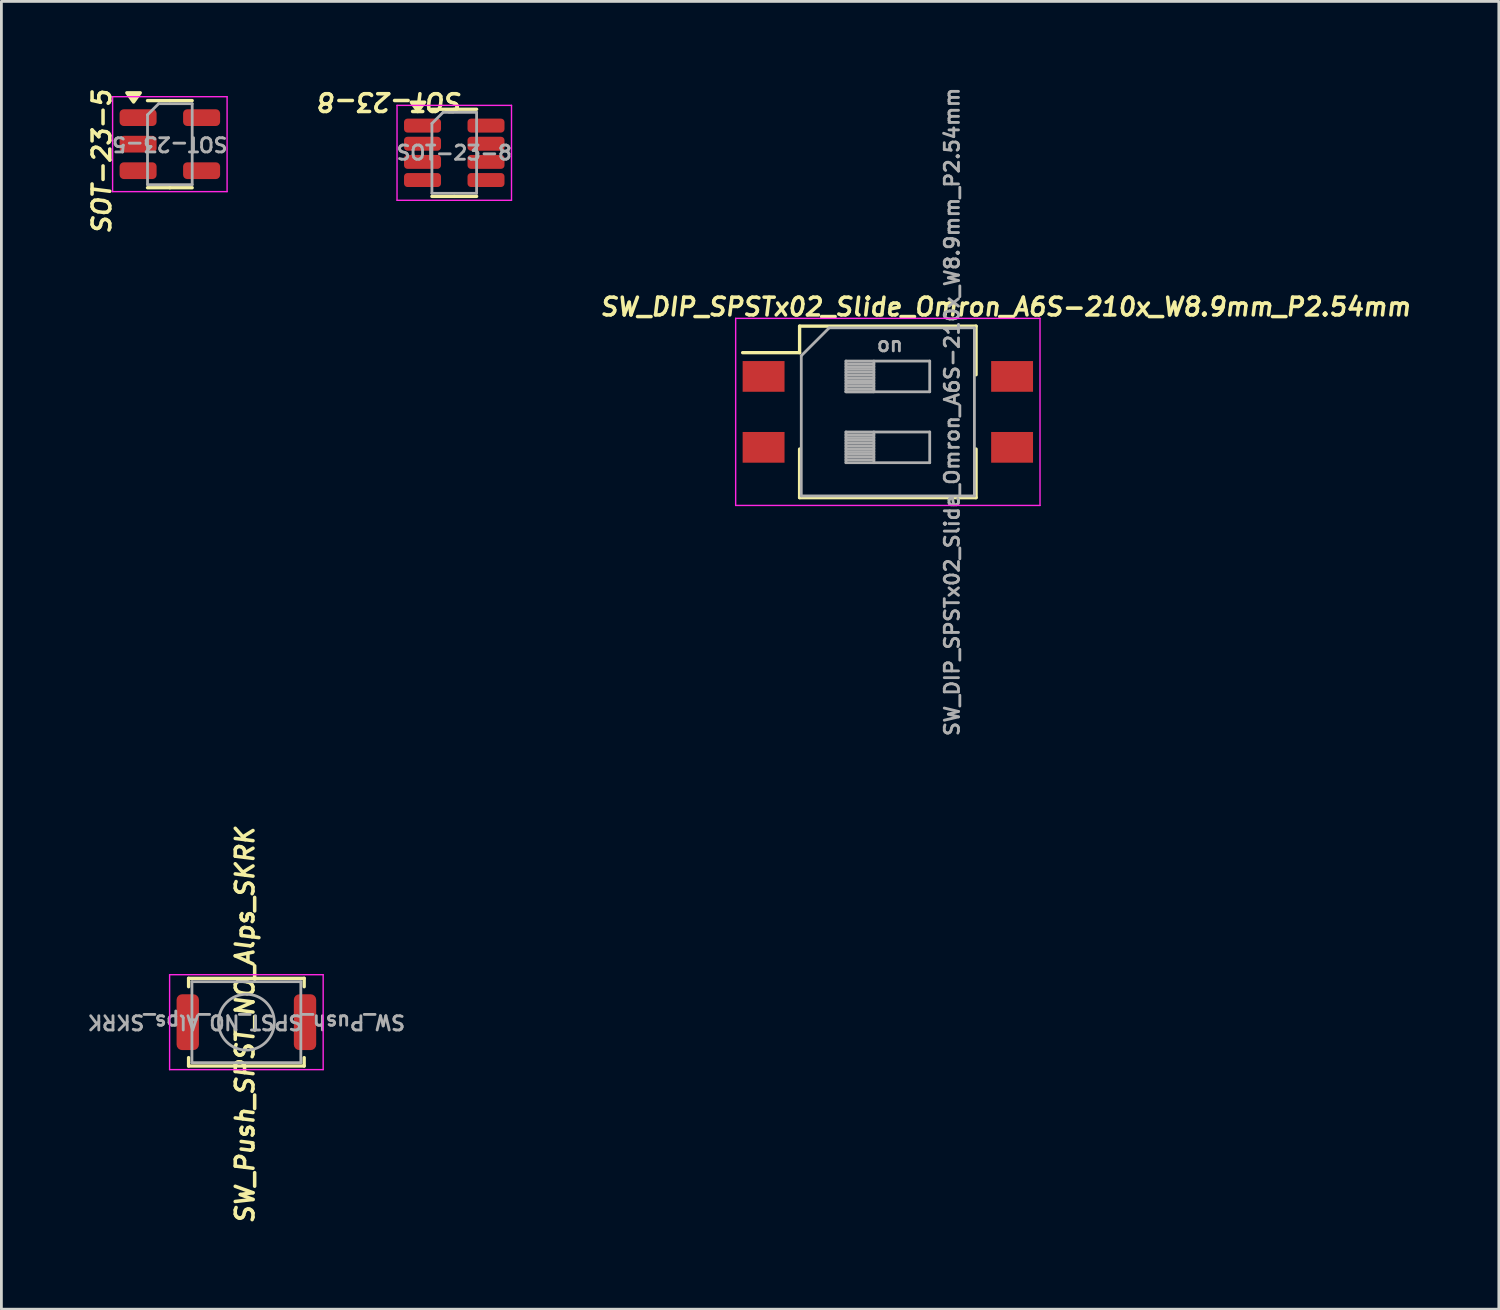
<source format=kicad_pcb>
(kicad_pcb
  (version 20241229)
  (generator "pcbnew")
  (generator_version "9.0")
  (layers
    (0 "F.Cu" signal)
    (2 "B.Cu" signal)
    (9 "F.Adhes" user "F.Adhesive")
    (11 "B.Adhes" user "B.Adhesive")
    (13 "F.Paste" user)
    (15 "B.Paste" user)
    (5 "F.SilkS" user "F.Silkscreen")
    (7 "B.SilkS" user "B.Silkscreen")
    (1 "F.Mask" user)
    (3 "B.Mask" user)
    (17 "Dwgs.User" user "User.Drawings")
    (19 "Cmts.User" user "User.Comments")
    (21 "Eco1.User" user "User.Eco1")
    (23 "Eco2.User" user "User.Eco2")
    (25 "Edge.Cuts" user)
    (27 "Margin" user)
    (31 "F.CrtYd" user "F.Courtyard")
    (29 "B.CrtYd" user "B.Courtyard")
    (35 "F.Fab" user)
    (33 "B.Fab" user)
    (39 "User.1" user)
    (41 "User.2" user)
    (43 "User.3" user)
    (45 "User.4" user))
  (footprint "SW_Push_SPST_NO_Alps_SKRK"
    (layer "F.Cu")
    (at 5.774 33.558)
    (property "Reference" "SW_Push_SPST_NO_Alps_SKRK" (at -0.051 0.102 90) (unlocked yes) (layer "F.SilkS") (effects (font (size 0.635 0.635) (thickness 0.127) (italic yes))))
    (attr smd)
    (fp_line (start -2.07 -1.57) (end 2.07 -1.57) (stroke (width 0.12) (type solid)) (layer "F.SilkS"))
    (fp_line (start -2.07 -1.27) (end -2.07 -1.57) (stroke (width 0.12) (type solid)) (layer "F.SilkS"))
    (fp_line (start -2.07 1.57) (end -2.07 1.27) (stroke (width 0.12) (type solid)) (layer "F.SilkS"))
    (fp_line (start 2.07 -1.57) (end 2.07 -1.27) (stroke (width 0.12) (type solid)) (layer "F.SilkS"))
    (fp_line (start 2.07 1.27) (end 2.07 1.57) (stroke (width 0.12) (type solid)) (layer "F.SilkS"))
    (fp_line (start 2.07 1.57) (end -2.07 1.57) (stroke (width 0.12) (type solid)) (layer "F.SilkS"))
    (fp_line (start -2.75 -1.7) (end 2.75 -1.7) (stroke (width 0.05) (type solid)) (layer "F.CrtYd"))
    (fp_line (start -2.75 1.7) (end -2.75 -1.7) (stroke (width 0.05) (type solid)) (layer "F.CrtYd"))
    (fp_line (start 2.75 -1.7) (end 2.75 1.7) (stroke (width 0.05) (type solid)) (layer "F.CrtYd"))
    (fp_line (start 2.75 1.7) (end -2.75 1.7) (stroke (width 0.05) (type solid)) (layer "F.CrtYd"))
    (fp_line (start -1.95 -1.45) (end 1.95 -1.45) (stroke (width 0.1) (type solid)) (layer "F.Fab"))
    (fp_line (start -1.95 1.45) (end -1.95 -1.45) (stroke (width 0.1) (type solid)) (layer "F.Fab"))
    (fp_line (start 1.95 -1.45) (end 1.95 1.45) (stroke (width 0.1) (type solid)) (layer "F.Fab"))
    (fp_line (start 1.95 1.45) (end -1.95 1.45) (stroke (width 0.1) (type solid)) (layer "F.Fab"))
    (fp_circle (center 0 0) (end 1 0) (stroke (width 0.1) (type solid)) (fill no) (layer "F.Fab"))
    (fp_text user "${REFERENCE}" (at 0 0 180) (unlocked yes) (layer "F.Fab") (effects (font (size 0.508 0.508) (thickness 0.102))))
    (pad "1" smd roundrect (at -2.1 0) (size 0.8 2) (layers "F.Cu" "F.Mask" "F.Paste") (roundrect_rratio 0.25))
    (pad "2" smd roundrect (at 2.1 0) (size 0.8 2) (layers "F.Cu" "F.Mask" "F.Paste") (roundrect_rratio 0.25)))
  (footprint "SOT-23-5"
    (layer "F.Cu")
    (at 3.033 2.113)
    (property "Reference" "SOT-23-5" (at -2.438 0.624 90) (unlocked yes) (layer "F.SilkS") (effects (font (size 0.635 0.635) (thickness 0.127) (italic yes))))
    (attr smd)
    (fp_line (start 0 -1.56) (end -0.8 -1.56) (stroke (width 0.12) (type solid)) (layer "F.SilkS"))
    (fp_line (start 0 -1.56) (end 0.8 -1.56) (stroke (width 0.12) (type solid)) (layer "F.SilkS"))
    (fp_line (start 0 1.56) (end -0.8 1.56) (stroke (width 0.12) (type solid)) (layer "F.SilkS"))
    (fp_line (start 0 1.56) (end 0.8 1.56) (stroke (width 0.12) (type solid)) (layer "F.SilkS"))
    (fp_poly (pts (xy -1.3 -1.51) (xy -1.54 -1.84) (xy -1.06 -1.84) (xy -1.3 -1.51)) (stroke (width 0.12) (type solid)) (fill yes) (layer "F.SilkS"))
    (fp_line (start -2.05 -1.7) (end -2.05 1.7) (stroke (width 0.05) (type solid)) (layer "F.CrtYd"))
    (fp_line (start -2.05 1.7) (end 2.05 1.7) (stroke (width 0.05) (type solid)) (layer "F.CrtYd"))
    (fp_line (start 2.05 -1.7) (end -2.05 -1.7) (stroke (width 0.05) (type solid)) (layer "F.CrtYd"))
    (fp_line (start 2.05 1.7) (end 2.05 -1.7) (stroke (width 0.05) (type solid)) (layer "F.CrtYd"))
    (fp_line (start -0.8 -1.05) (end -0.4 -1.45) (stroke (width 0.1) (type solid)) (layer "F.Fab"))
    (fp_line (start -0.8 1.45) (end -0.8 -1.05) (stroke (width 0.1) (type solid)) (layer "F.Fab"))
    (fp_line (start -0.4 -1.45) (end 0.8 -1.45) (stroke (width 0.1) (type solid)) (layer "F.Fab"))
    (fp_line (start 0.8 -1.45) (end 0.8 1.45) (stroke (width 0.1) (type solid)) (layer "F.Fab"))
    (fp_line (start 0.8 1.45) (end -0.8 1.45) (stroke (width 0.1) (type solid)) (layer "F.Fab"))
    (fp_text user "${REFERENCE}" (at 0 0 180) (unlocked yes) (layer "F.Fab") (effects (font (size 0.508 0.508) (thickness 0.102))))
    (pad "1" smd roundrect (at -1.137 -0.95) (size 1.325 0.6) (layers "F.Cu" "F.Mask" "F.Paste") (roundrect_rratio 0.25))
    (pad "2" smd roundrect (at -1.137 0) (size 1.325 0.6) (layers "F.Cu" "F.Mask" "F.Paste") (roundrect_rratio 0.25))
    (pad "3" smd roundrect (at -1.137 0.95) (size 1.325 0.6) (layers "F.Cu" "F.Mask" "F.Paste") (roundrect_rratio 0.25))
    (pad "4" smd roundrect (at 1.137 0.95) (size 1.325 0.6) (layers "F.Cu" "F.Mask" "F.Paste") (roundrect_rratio 0.25))
    (pad "5" smd roundrect (at 1.137 -0.95) (size 1.325 0.6) (layers "F.Cu" "F.Mask" "F.Paste") (roundrect_rratio 0.25)))
  (footprint "SW_DIP_SPSTx02_Slide_Omron_A6S-210x_W8.9mm_P2.54mm"
    (layer "F.Cu")
    (at 28.747 11.701)
    (property "Reference" "SW_DIP_SPSTx02_Slide_Omron_A6S-210x_W8.9mm_P2.54mm" (at 4.216 -3.761 0) (unlocked yes) (layer "F.SilkS") (effects (font (size 0.635 0.635) (thickness 0.127) (italic yes))))
    (attr smd)
    (fp_line (start -5.2 -2.121) (end -3.16 -2.121) (stroke (width 0.12) (type solid)) (layer "F.SilkS"))
    (fp_line (start -3.16 -3.07) (end -3.16 -2.121) (stroke (width 0.12) (type solid)) (layer "F.SilkS"))
    (fp_line (start -3.16 -3.07) (end 3.16 -3.07) (stroke (width 0.12) (type solid)) (layer "F.SilkS"))
    (fp_line (start -3.16 1.331) (end -3.16 3.071) (stroke (width 0.12) (type solid)) (layer "F.SilkS"))
    (fp_line (start -3.16 3.071) (end 3.16 3.071) (stroke (width 0.12) (type solid)) (layer "F.SilkS"))
    (fp_line (start 3.16 -3.07) (end 3.16 -1.331) (stroke (width 0.12) (type solid)) (layer "F.SilkS"))
    (fp_line (start 3.16 1.331) (end 3.16 3.071) (stroke (width 0.12) (type solid)) (layer "F.SilkS"))
    (fp_line (start -5.45 -3.35) (end -5.45 3.35) (stroke (width 0.05) (type solid)) (layer "F.CrtYd"))
    (fp_line (start -5.45 3.35) (end 5.45 3.35) (stroke (width 0.05) (type solid)) (layer "F.CrtYd"))
    (fp_line (start 5.45 -3.35) (end -5.45 -3.35) (stroke (width 0.05) (type solid)) (layer "F.CrtYd"))
    (fp_line (start 5.45 3.35) (end 5.45 -3.35) (stroke (width 0.05) (type solid)) (layer "F.CrtYd"))
    (fp_line (start -3.1 -2.01) (end -2.1 -3.01) (stroke (width 0.1) (type solid)) (layer "F.Fab"))
    (fp_line (start -3.1 3.01) (end -3.1 -2.01) (stroke (width 0.1) (type solid)) (layer "F.Fab"))
    (fp_line (start -2.1 -3.01) (end 3.1 -3.01) (stroke (width 0.1) (type solid)) (layer "F.Fab"))
    (fp_line (start -1.5 -1.82) (end -1.5 -0.72) (stroke (width 0.1) (type solid)) (layer "F.Fab"))
    (fp_line (start -1.5 -1.72) (end -0.5 -1.72) (stroke (width 0.1) (type solid)) (layer "F.Fab"))
    (fp_line (start -1.5 -1.62) (end -0.5 -1.62) (stroke (width 0.1) (type solid)) (layer "F.Fab"))
    (fp_line (start -1.5 -1.52) (end -0.5 -1.52) (stroke (width 0.1) (type solid)) (layer "F.Fab"))
    (fp_line (start -1.5 -1.42) (end -0.5 -1.42) (stroke (width 0.1) (type solid)) (layer "F.Fab"))
    (fp_line (start -1.5 -1.32) (end -0.5 -1.32) (stroke (width 0.1) (type solid)) (layer "F.Fab"))
    (fp_line (start -1.5 -1.22) (end -0.5 -1.22) (stroke (width 0.1) (type solid)) (layer "F.Fab"))
    (fp_line (start -1.5 -1.12) (end -0.5 -1.12) (stroke (width 0.1) (type solid)) (layer "F.Fab"))
    (fp_line (start -1.5 -1.02) (end -0.5 -1.02) (stroke (width 0.1) (type solid)) (layer "F.Fab"))
    (fp_line (start -1.5 -0.92) (end -0.5 -0.92) (stroke (width 0.1) (type solid)) (layer "F.Fab"))
    (fp_line (start -1.5 -0.82) (end -0.5 -0.82) (stroke (width 0.1) (type solid)) (layer "F.Fab"))
    (fp_line (start -1.5 -0.72) (end -0.5 -0.72) (stroke (width 0.1) (type solid)) (layer "F.Fab"))
    (fp_line (start -1.5 -0.72) (end 1.5 -0.72) (stroke (width 0.1) (type solid)) (layer "F.Fab"))
    (fp_line (start -1.5 0.72) (end -1.5 1.82) (stroke (width 0.1) (type solid)) (layer "F.Fab"))
    (fp_line (start -1.5 0.82) (end -0.5 0.82) (stroke (width 0.1) (type solid)) (layer "F.Fab"))
    (fp_line (start -1.5 0.92) (end -0.5 0.92) (stroke (width 0.1) (type solid)) (layer "F.Fab"))
    (fp_line (start -1.5 1.02) (end -0.5 1.02) (stroke (width 0.1) (type solid)) (layer "F.Fab"))
    (fp_line (start -1.5 1.12) (end -0.5 1.12) (stroke (width 0.1) (type solid)) (layer "F.Fab"))
    (fp_line (start -1.5 1.22) (end -0.5 1.22) (stroke (width 0.1) (type solid)) (layer "F.Fab"))
    (fp_line (start -1.5 1.32) (end -0.5 1.32) (stroke (width 0.1) (type solid)) (layer "F.Fab"))
    (fp_line (start -1.5 1.42) (end -0.5 1.42) (stroke (width 0.1) (type solid)) (layer "F.Fab"))
    (fp_line (start -1.5 1.52) (end -0.5 1.52) (stroke (width 0.1) (type solid)) (layer "F.Fab"))
    (fp_line (start -1.5 1.62) (end -0.5 1.62) (stroke (width 0.1) (type solid)) (layer "F.Fab"))
    (fp_line (start -1.5 1.72) (end -0.5 1.72) (stroke (width 0.1) (type solid)) (layer "F.Fab"))
    (fp_line (start -1.5 1.82) (end 1.5 1.82) (stroke (width 0.1) (type solid)) (layer "F.Fab"))
    (fp_line (start -0.5 -1.82) (end -0.5 -0.72) (stroke (width 0.1) (type solid)) (layer "F.Fab"))
    (fp_line (start -0.5 0.72) (end -0.5 1.82) (stroke (width 0.1) (type solid)) (layer "F.Fab"))
    (fp_line (start 1.5 -1.82) (end -1.5 -1.82) (stroke (width 0.1) (type solid)) (layer "F.Fab"))
    (fp_line (start 1.5 -0.72) (end 1.5 -1.82) (stroke (width 0.1) (type solid)) (layer "F.Fab"))
    (fp_line (start 1.5 0.72) (end -1.5 0.72) (stroke (width 0.1) (type solid)) (layer "F.Fab"))
    (fp_line (start 1.5 1.82) (end 1.5 0.72) (stroke (width 0.1) (type solid)) (layer "F.Fab"))
    (fp_line (start 3.1 -3.01) (end 3.1 3.01) (stroke (width 0.1) (type solid)) (layer "F.Fab"))
    (fp_line (start 3.1 3.01) (end -3.1 3.01) (stroke (width 0.1) (type solid)) (layer "F.Fab"))
    (fp_text user "on" (at 0.075 -2.415 0) (unlocked yes) (layer "F.Fab") (effects (font (size 0.508 0.508) (thickness 0.102))))
    (fp_text user "${REFERENCE}" (at 2.3 0 90) (unlocked yes) (layer "F.Fab") (effects (font (size 0.508 0.508) (thickness 0.102))))
    (pad "1" smd rect (at -4.45 -1.27) (size 1.5 1.1) (layers "F.Cu" "F.Mask" "F.Paste"))
    (pad "2" smd rect (at -4.45 1.27) (size 1.5 1.1) (layers "F.Cu" "F.Mask" "F.Paste"))
    (pad "3" smd rect (at 4.45 1.27) (size 1.5 1.1) (layers "F.Cu" "F.Mask" "F.Paste"))
    (pad "4" smd rect (at 4.45 -1.27) (size 1.5 1.1) (layers "F.Cu" "F.Mask" "F.Paste")))
  (footprint "SOT-23-8"
    (layer "F.Cu")
    (at 13.219 2.423)
    (property "Reference" "SOT-23-8" (at -2.292 -1.829 180) (unlocked yes) (layer "F.SilkS") (effects (font (size 0.635 0.635) (thickness 0.127) (italic yes))))
    (attr smd)
    (fp_line (start 0 -1.56) (end -0.8 -1.56) (stroke (width 0.12) (type solid)) (layer "F.SilkS"))
    (fp_line (start 0 -1.56) (end 0.8 -1.56) (stroke (width 0.12) (type solid)) (layer "F.SilkS"))
    (fp_line (start 0 1.56) (end -0.8 1.56) (stroke (width 0.12) (type solid)) (layer "F.SilkS"))
    (fp_line (start 0 1.56) (end 0.8 1.56) (stroke (width 0.12) (type solid)) (layer "F.SilkS"))
    (fp_poly (pts (xy -1.3 -1.485) (xy -1.54 -1.815) (xy -1.06 -1.815) (xy -1.3 -1.485)) (stroke (width 0.12) (type solid)) (fill yes) (layer "F.SilkS"))
    (fp_line (start -2.05 -1.7) (end -2.05 1.7) (stroke (width 0.05) (type solid)) (layer "F.CrtYd"))
    (fp_line (start -2.05 1.7) (end 2.05 1.7) (stroke (width 0.05) (type solid)) (layer "F.CrtYd"))
    (fp_line (start 2.05 -1.7) (end -2.05 -1.7) (stroke (width 0.05) (type solid)) (layer "F.CrtYd"))
    (fp_line (start 2.05 1.7) (end 2.05 -1.7) (stroke (width 0.05) (type solid)) (layer "F.CrtYd"))
    (fp_line (start -0.8 -1.05) (end -0.4 -1.45) (stroke (width 0.1) (type solid)) (layer "F.Fab"))
    (fp_line (start -0.8 1.45) (end -0.8 -1.05) (stroke (width 0.1) (type solid)) (layer "F.Fab"))
    (fp_line (start -0.4 -1.45) (end 0.8 -1.45) (stroke (width 0.1) (type solid)) (layer "F.Fab"))
    (fp_line (start 0.8 -1.45) (end 0.8 1.45) (stroke (width 0.1) (type solid)) (layer "F.Fab"))
    (fp_line (start 0.8 1.45) (end -0.8 1.45) (stroke (width 0.1) (type solid)) (layer "F.Fab"))
    (fp_text user "${REFERENCE}" (at 0 0 0) (unlocked yes) (layer "F.Fab") (effects (font (size 0.508 0.508) (thickness 0.102))))
    (pad "1" smd roundrect (at -1.137 -0.975) (size 1.325 0.5) (layers "F.Cu" "F.Mask" "F.Paste") (roundrect_rratio 0.25))
    (pad "2" smd roundrect (at -1.137 -0.325) (size 1.325 0.5) (layers "F.Cu" "F.Mask" "F.Paste") (roundrect_rratio 0.25))
    (pad "3" smd roundrect (at -1.137 0.325) (size 1.325 0.5) (layers "F.Cu" "F.Mask" "F.Paste") (roundrect_rratio 0.25))
    (pad "4" smd roundrect (at -1.137 0.975) (size 1.325 0.5) (layers "F.Cu" "F.Mask" "F.Paste") (roundrect_rratio 0.25))
    (pad "5" smd roundrect (at 1.137 0.975) (size 1.325 0.5) (layers "F.Cu" "F.Mask" "F.Paste") (roundrect_rratio 0.25))
    (pad "6" smd roundrect (at 1.137 0.325) (size 1.325 0.5) (layers "F.Cu" "F.Mask" "F.Paste") (roundrect_rratio 0.25))
    (pad "7" smd roundrect (at 1.137 -0.325) (size 1.325 0.5) (layers "F.Cu" "F.Mask" "F.Paste") (roundrect_rratio 0.25))
    (pad "8" smd roundrect (at 1.137 -0.975) (size 1.325 0.5) (layers "F.Cu" "F.Mask" "F.Paste") (roundrect_rratio 0.25)))
  (gr_rect
    (start -3 -3)
    (end 50.629 43.838)
    (stroke (width 0.1) (type default))
    (fill no)
    (layer "Edge.Cuts")))
</source>
